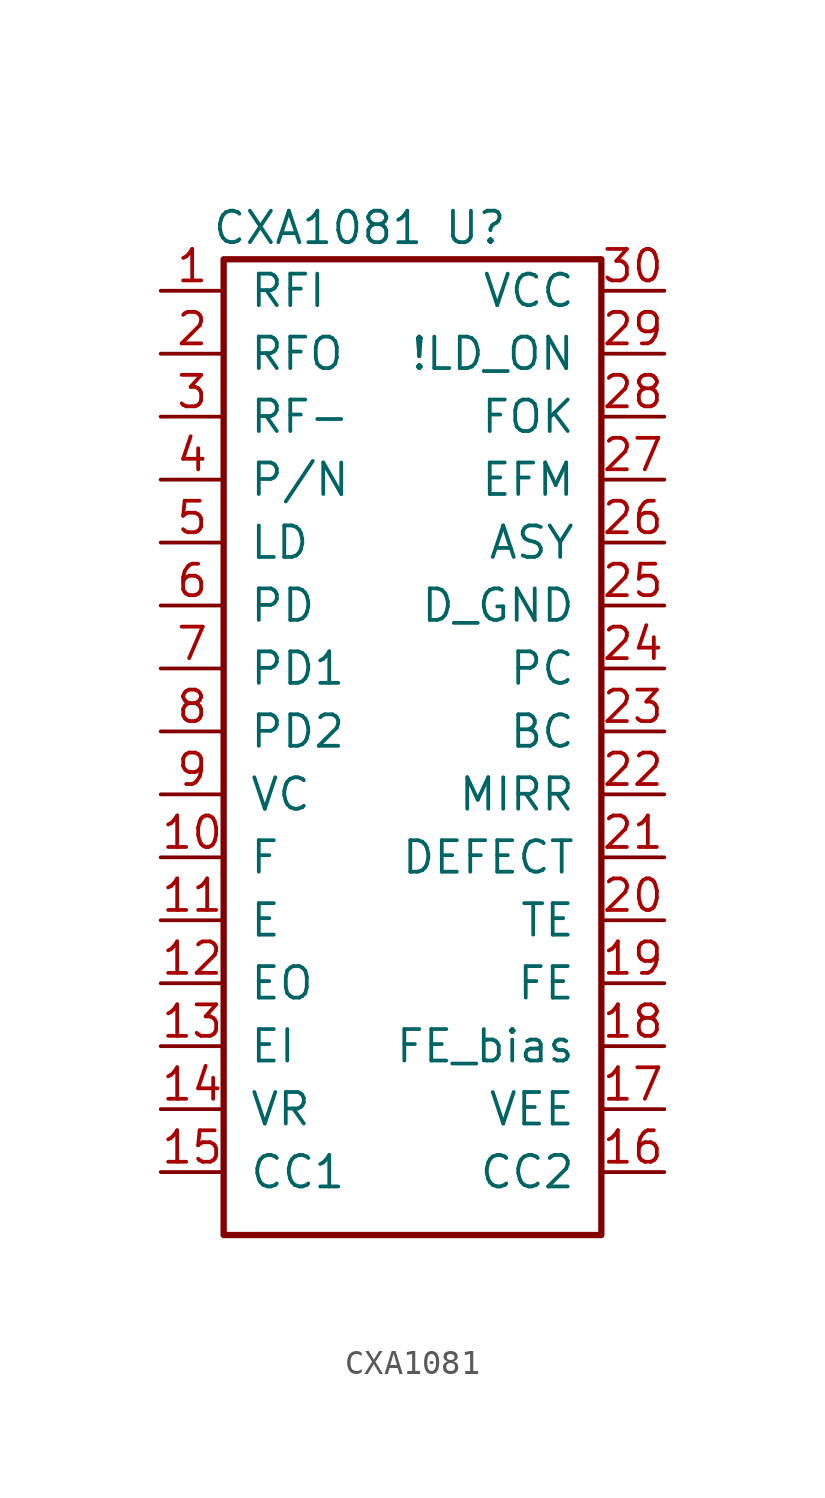
<source format=kicad_sym>
(kicad_symbol_lib
  (version 20211014)
  (generator kicad_symbol_editor)
  (symbol "CXA1081"
    (pin_names
      (offset 1.016))
    (property "Reference" "U"
      (at 2.54 17.78 0)
      (effects (font (size 1.27 1.27))))
    (property "Value" "CXA1081"
      (at -3.81 17.78 0)
      (effects (font (size 1.27 1.27))))
    (symbol "CXA1081_0_1"
      (rectangle (start -7.62 16.51) (end 7.62 -22.86) (stroke (width 0.254) (type default) (color 0 0 0 0)) (fill (type none))))
    (symbol "CXA1081_1_1"
      (pin input line (at -10.16 15.24 0) (length 2.54) (name "RFI" (effects (font (size 1.27 1.27)))) (number "1" (effects (font (size 1.27 1.27)))))
      (pin input line (at -10.16 -7.62 0) (length 2.54) (name "F" (effects (font (size 1.27 1.27)))) (number "10" (effects (font (size 1.27 1.27)))))
      (pin input line (at -10.16 -10.16 0) (length 2.54) (name "E" (effects (font (size 1.27 1.27)))) (number "11" (effects (font (size 1.27 1.27)))))
      (pin output line (at -10.16 -12.7 0) (length 2.54) (name "EO" (effects (font (size 1.27 1.27)))) (number "12" (effects (font (size 1.27 1.27)))))
      (pin input line (at -10.16 -15.24 0) (length 2.54) (name "EI" (effects (font (size 1.27 1.27)))) (number "13" (effects (font (size 1.27 1.27)))))
      (pin input line (at -10.16 -17.78 0) (length 2.54) (name "VR" (effects (font (size 1.27 1.27)))) (number "14" (effects (font (size 1.27 1.27)))))
      (pin input line (at -10.16 -20.32 0) (length 2.54) (name "CC1" (effects (font (size 1.27 1.27)))) (number "15" (effects (font (size 1.27 1.27)))))
      (pin input line (at 10.16 -20.32 180) (length 2.54) (name "CC2" (effects (font (size 1.27 1.27)))) (number "16" (effects (font (size 1.27 1.27)))))
      (pin output line (at 10.16 -17.78 180) (length 2.54) (name "VEE" (effects (font (size 1.27 1.27)))) (number "17" (effects (font (size 1.27 1.27)))))
      (pin output line (at 10.16 -15.24 180) (length 2.54) (name "FE_bias" (effects (font (size 1.27 1.27)))) (number "18" (effects (font (size 1.27 1.27)))))
      (pin output line (at 10.16 -12.7 180) (length 2.54) (name "FE" (effects (font (size 1.27 1.27)))) (number "19" (effects (font (size 1.27 1.27)))))
      (pin output line (at -10.16 12.7 0) (length 2.54) (name "RFO" (effects (font (size 1.27 1.27)))) (number "2" (effects (font (size 1.27 1.27)))))
      (pin output line (at 10.16 -10.16 180) (length 2.54) (name "TE" (effects (font (size 1.27 1.27)))) (number "20" (effects (font (size 1.27 1.27)))))
      (pin output line (at 10.16 -7.62 180) (length 2.54) (name "DEFECT" (effects (font (size 1.27 1.27)))) (number "21" (effects (font (size 1.27 1.27)))))
      (pin output line (at 10.16 -5.08 180) (length 2.54) (name "MIRR" (effects (font (size 1.27 1.27)))) (number "22" (effects (font (size 1.27 1.27)))))
      (pin output line (at 10.16 -2.54 180) (length 2.54) (name "BC" (effects (font (size 1.27 1.27)))) (number "23" (effects (font (size 1.27 1.27)))))
      (pin output line (at 10.16 0 180) (length 2.54) (name "PC" (effects (font (size 1.27 1.27)))) (number "24" (effects (font (size 1.27 1.27)))))
      (pin output line (at 10.16 2.54 180) (length 2.54) (name "D_GND" (effects (font (size 1.27 1.27)))) (number "25" (effects (font (size 1.27 1.27)))))
      (pin output line (at 10.16 5.08 180) (length 2.54) (name "ASY" (effects (font (size 1.27 1.27)))) (number "26" (effects (font (size 1.27 1.27)))))
      (pin output line (at 10.16 7.62 180) (length 2.54) (name "EFM" (effects (font (size 1.27 1.27)))) (number "27" (effects (font (size 1.27 1.27)))))
      (pin output line (at 10.16 10.16 180) (length 2.54) (name "FOK" (effects (font (size 1.27 1.27)))) (number "28" (effects (font (size 1.27 1.27)))))
      (pin output line (at 10.16 12.7 180) (length 2.54) (name "!LD_ON" (effects (font (size 1.27 1.27)))) (number "29" (effects (font (size 1.27 1.27)))))
      (pin input line (at -10.16 10.16 0) (length 2.54) (name "RF-" (effects (font (size 1.27 1.27)))) (number "3" (effects (font (size 1.27 1.27)))))
      (pin output line (at 10.16 15.24 180) (length 2.54) (name "VCC" (effects (font (size 1.27 1.27)))) (number "30" (effects (font (size 1.27 1.27)))))
      (pin input line (at -10.16 7.62 0) (length 2.54) (name "P/N" (effects (font (size 1.27 1.27)))) (number "4" (effects (font (size 1.27 1.27)))))
      (pin output line (at -10.16 5.08 0) (length 2.54) (name "LD" (effects (font (size 1.27 1.27)))) (number "5" (effects (font (size 1.27 1.27)))))
      (pin input line (at -10.16 2.54 0) (length 2.54) (name "PD" (effects (font (size 1.27 1.27)))) (number "6" (effects (font (size 1.27 1.27)))))
      (pin input line (at -10.16 0 0) (length 2.54) (name "PD1" (effects (font (size 1.27 1.27)))) (number "7" (effects (font (size 1.27 1.27)))))
      (pin input line (at -10.16 -2.54 0) (length 2.54) (name "PD2" (effects (font (size 1.27 1.27)))) (number "8" (effects (font (size 1.27 1.27)))))
      (pin input line (at -10.16 -5.08 0) (length 2.54) (name "VC" (effects (font (size 1.27 1.27)))) (number "9" (effects (font (size 1.27 1.27))))))))
</source>
